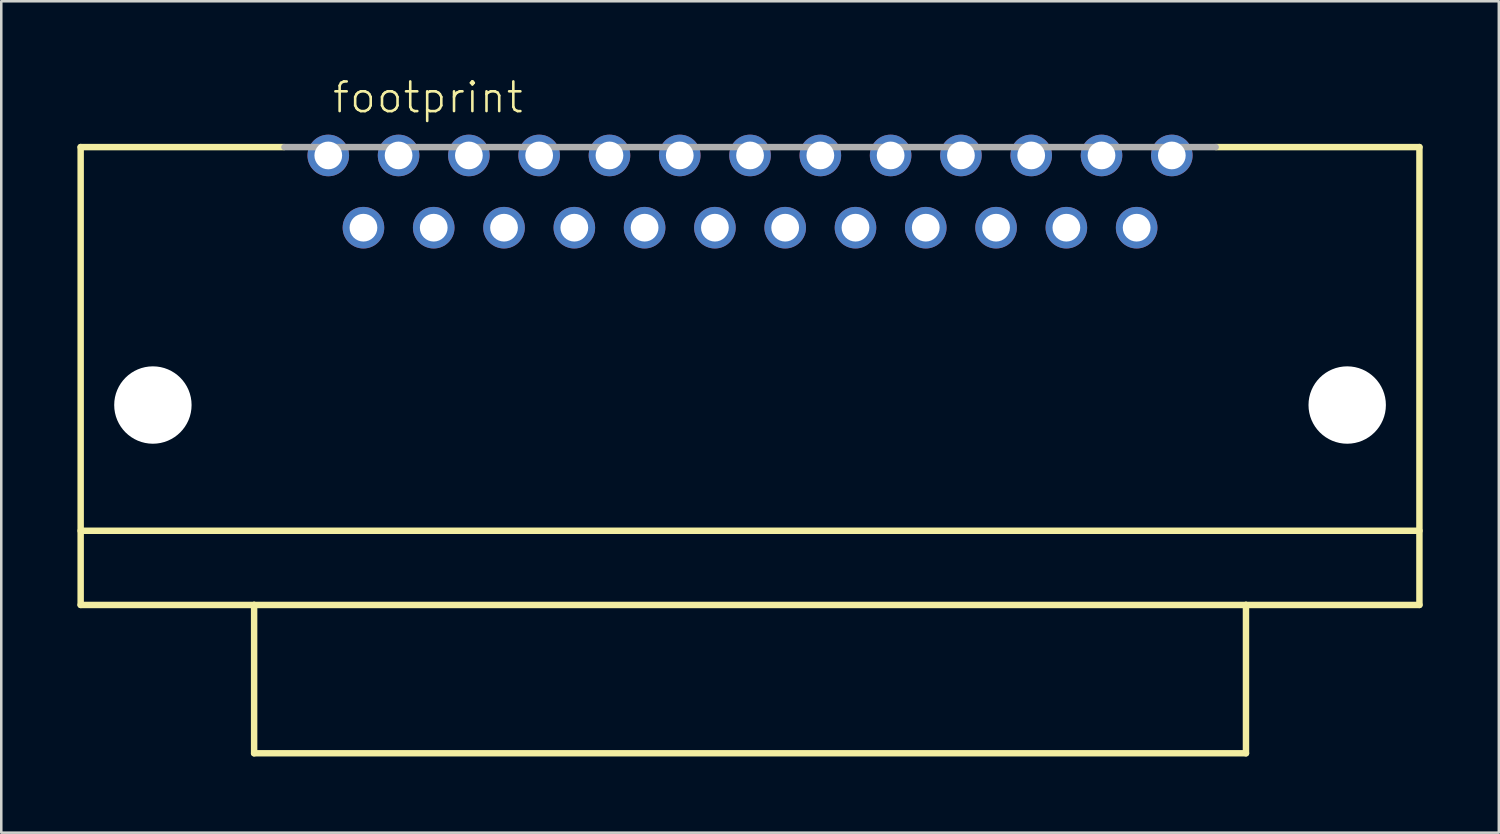
<source format=kicad_pcb>
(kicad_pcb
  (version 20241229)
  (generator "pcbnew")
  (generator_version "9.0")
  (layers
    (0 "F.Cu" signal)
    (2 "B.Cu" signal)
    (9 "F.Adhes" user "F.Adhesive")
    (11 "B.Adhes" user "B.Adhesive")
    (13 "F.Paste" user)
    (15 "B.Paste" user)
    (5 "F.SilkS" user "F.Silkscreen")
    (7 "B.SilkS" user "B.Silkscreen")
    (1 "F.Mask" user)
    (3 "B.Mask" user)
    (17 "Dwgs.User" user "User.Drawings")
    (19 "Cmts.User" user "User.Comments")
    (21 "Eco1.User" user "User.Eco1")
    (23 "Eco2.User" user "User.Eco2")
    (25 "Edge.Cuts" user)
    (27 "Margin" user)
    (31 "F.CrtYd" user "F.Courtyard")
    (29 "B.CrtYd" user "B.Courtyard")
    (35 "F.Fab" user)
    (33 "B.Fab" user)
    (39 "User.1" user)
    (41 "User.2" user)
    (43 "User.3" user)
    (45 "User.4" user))
  (footprint "footprint"
    (layer "F.Cu")
    (at 26.492 10.998)
    (property "Reference" "footprint" (at -16.51 -9.525 0) (layer "F.SilkS") (effects (font (size 1.168 1.168) (thickness 0.102)) (justify left bottom)))
    (fp_line (start -26.365 -8.255) (end -18.364 -8.255) (stroke (width 0.254) (type solid)) (layer "F.SilkS"))
    (fp_line (start -26.365 6.858) (end 26.365 6.858) (stroke (width 0.254) (type solid)) (layer "F.SilkS"))
    (fp_line (start -26.365 9.779) (end -26.365 -8.255) (stroke (width 0.254) (type solid)) (layer "F.SilkS"))
    (fp_line (start -19.533 9.779) (end -26.365 9.779) (stroke (width 0.254) (type solid)) (layer "F.SilkS"))
    (fp_line (start -19.533 9.779) (end 19.533 9.779) (stroke (width 0.254) (type solid)) (layer "F.SilkS"))
    (fp_line (start -19.533 15.621) (end -19.533 9.779) (stroke (width 0.254) (type solid)) (layer "F.SilkS"))
    (fp_line (start 19.533 9.779) (end 19.533 15.621) (stroke (width 0.254) (type solid)) (layer "F.SilkS"))
    (fp_line (start 19.533 15.621) (end -19.533 15.621) (stroke (width 0.254) (type solid)) (layer "F.SilkS"))
    (fp_line (start 26.365 -8.255) (end 18.364 -8.255) (stroke (width 0.254) (type solid)) (layer "F.SilkS"))
    (fp_line (start 26.365 -8.255) (end 26.365 9.779) (stroke (width 0.254) (type solid)) (layer "F.SilkS"))
    (fp_line (start 26.365 9.779) (end 19.533 9.779) (stroke (width 0.254) (type solid)) (layer "F.SilkS"))
    (fp_line (start -18.339 -8.255) (end 18.339 -8.255) (stroke (width 0.254) (type solid)) (layer "F.Fab"))
    (pad "" np_thru_hole circle (at -23.52 1.905) (size 3.048 3.048) (drill 3.048) (layers "*.Cu" "*.Mask"))
    (pad "" np_thru_hole circle (at 23.52 1.905) (size 3.048 3.048) (drill 3.048) (layers "*.Cu" "*.Mask"))
    (pad "1" thru_hole circle (at 16.612 -7.925) (size 1.638 1.638) (drill 1.092) (layers "*.Cu" "*.Mask"))
    (pad "2" thru_hole circle (at 13.843 -7.925) (size 1.638 1.638) (drill 1.092) (layers "*.Cu" "*.Mask"))
    (pad "3" thru_hole circle (at 11.074 -7.925) (size 1.638 1.638) (drill 1.092) (layers "*.Cu" "*.Mask"))
    (pad "4" thru_hole circle (at 8.306 -7.925) (size 1.638 1.638) (drill 1.092) (layers "*.Cu" "*.Mask"))
    (pad "5" thru_hole circle (at 5.537 -7.925) (size 1.638 1.638) (drill 1.092) (layers "*.Cu" "*.Mask"))
    (pad "6" thru_hole circle (at 2.769 -7.925) (size 1.638 1.638) (drill 1.092) (layers "*.Cu" "*.Mask"))
    (pad "7" thru_hole circle (at 0 -7.925) (size 1.638 1.638) (drill 1.092) (layers "*.Cu" "*.Mask"))
    (pad "8" thru_hole circle (at -2.769 -7.925) (size 1.638 1.638) (drill 1.092) (layers "*.Cu" "*.Mask"))
    (pad "9" thru_hole circle (at -5.537 -7.925) (size 1.638 1.638) (drill 1.092) (layers "*.Cu" "*.Mask"))
    (pad "10" thru_hole circle (at -8.306 -7.925) (size 1.638 1.638) (drill 1.092) (layers "*.Cu" "*.Mask"))
    (pad "11" thru_hole circle (at -11.074 -7.925) (size 1.638 1.638) (drill 1.092) (layers "*.Cu" "*.Mask"))
    (pad "12" thru_hole circle (at -13.843 -7.925) (size 1.638 1.638) (drill 1.092) (layers "*.Cu" "*.Mask"))
    (pad "13" thru_hole circle (at -16.612 -7.925) (size 1.638 1.638) (drill 1.092) (layers "*.Cu" "*.Mask"))
    (pad "14" thru_hole circle (at 15.227 -5.08) (size 1.638 1.638) (drill 1.092) (layers "*.Cu" "*.Mask"))
    (pad "15" thru_hole circle (at 12.459 -5.08) (size 1.638 1.638) (drill 1.092) (layers "*.Cu" "*.Mask"))
    (pad "16" thru_hole circle (at 9.69 -5.08) (size 1.638 1.638) (drill 1.092) (layers "*.Cu" "*.Mask"))
    (pad "17" thru_hole circle (at 6.921 -5.08) (size 1.638 1.638) (drill 1.092) (layers "*.Cu" "*.Mask"))
    (pad "18" thru_hole circle (at 4.153 -5.08) (size 1.638 1.638) (drill 1.092) (layers "*.Cu" "*.Mask"))
    (pad "19" thru_hole circle (at 1.384 -5.08) (size 1.638 1.638) (drill 1.092) (layers "*.Cu" "*.Mask"))
    (pad "20" thru_hole circle (at -1.384 -5.08) (size 1.638 1.638) (drill 1.092) (layers "*.Cu" "*.Mask"))
    (pad "21" thru_hole circle (at -4.153 -5.08) (size 1.638 1.638) (drill 1.092) (layers "*.Cu" "*.Mask"))
    (pad "22" thru_hole circle (at -6.921 -5.08) (size 1.638 1.638) (drill 1.092) (layers "*.Cu" "*.Mask"))
    (pad "23" thru_hole circle (at -9.69 -5.08) (size 1.638 1.638) (drill 1.092) (layers "*.Cu" "*.Mask"))
    (pad "24" thru_hole circle (at -12.459 -5.08) (size 1.638 1.638) (drill 1.092) (layers "*.Cu" "*.Mask"))
    (pad "25" thru_hole circle (at -15.227 -5.08) (size 1.638 1.638) (drill 1.092) (layers "*.Cu" "*.Mask")))
  (gr_rect
    (start -3 -3)
    (end 55.984 29.746)
    (stroke (width 0.1) (type default))
    (fill no)
    (layer "Edge.Cuts")))
</source>
